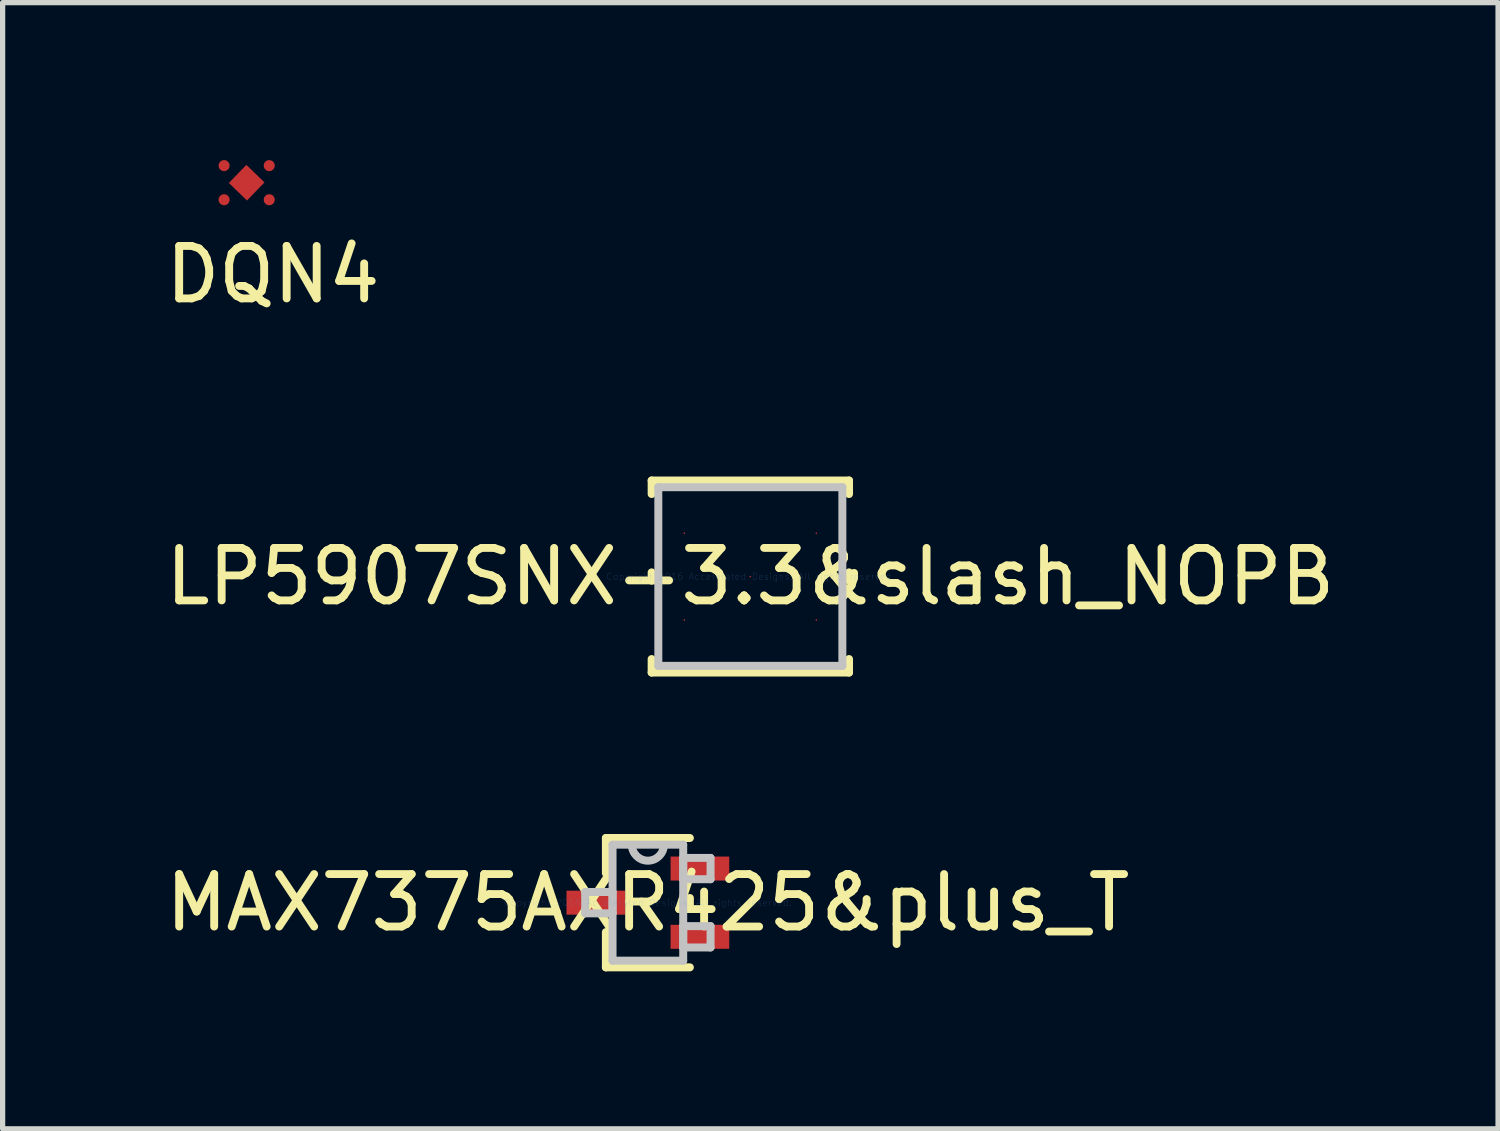
<source format=kicad_pcb>
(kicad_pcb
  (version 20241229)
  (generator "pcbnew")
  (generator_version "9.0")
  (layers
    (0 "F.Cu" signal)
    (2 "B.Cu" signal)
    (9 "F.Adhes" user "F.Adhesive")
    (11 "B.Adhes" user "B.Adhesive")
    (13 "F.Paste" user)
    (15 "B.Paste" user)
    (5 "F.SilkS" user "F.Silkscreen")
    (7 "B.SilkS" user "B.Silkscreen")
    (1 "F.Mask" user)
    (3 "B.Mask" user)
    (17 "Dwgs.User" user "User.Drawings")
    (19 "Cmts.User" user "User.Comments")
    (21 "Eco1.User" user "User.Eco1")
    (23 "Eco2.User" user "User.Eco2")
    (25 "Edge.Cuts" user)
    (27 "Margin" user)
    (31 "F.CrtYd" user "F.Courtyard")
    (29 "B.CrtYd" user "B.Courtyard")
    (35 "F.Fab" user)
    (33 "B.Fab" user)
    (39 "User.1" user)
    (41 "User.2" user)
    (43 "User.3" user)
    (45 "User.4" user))
  (footprint "MAX7375AXR425&plus_T"
    (layer "F.Cu")
    (at 9.292 14.146)
    (property "Reference" "MAX7375AXR425&plus_T" (at 0 0 0) (layer "F.SilkS") (effects (font (size 1 1) (thickness 0.15))))
    (attr through_hole)
    (fp_line (start -0.8 -1.232) (end -0.8 -0.561) (stroke (width 0.152) (type solid)) (layer "F.SilkS"))
    (fp_line (start -0.8 0.561) (end -0.8 1.232) (stroke (width 0.152) (type solid)) (layer "F.SilkS"))
    (fp_line (start -0.8 1.232) (end 0.8 1.232) (stroke (width 0.152) (type solid)) (layer "F.SilkS"))
    (fp_line (start 0.8 -1.232) (end -0.8 -1.232) (stroke (width 0.152) (type solid)) (layer "F.SilkS"))
    (fp_line (start 0.8 0.089) (end 0.8 -0.089) (stroke (width 0.152) (type solid)) (layer "F.SilkS"))
    (fp_line (start -1.194 -0.203) (end -1.194 0.203) (stroke (width 0.152) (type solid)) (layer "Dwgs.User"))
    (fp_line (start -1.194 0.203) (end -0.673 0.203) (stroke (width 0.152) (type solid)) (layer "Dwgs.User"))
    (fp_line (start -0.673 -1.105) (end -0.673 1.105) (stroke (width 0.152) (type solid)) (layer "Dwgs.User"))
    (fp_line (start -0.673 -0.203) (end -1.194 -0.203) (stroke (width 0.152) (type solid)) (layer "Dwgs.User"))
    (fp_line (start -0.673 0.203) (end -0.673 -0.203) (stroke (width 0.152) (type solid)) (layer "Dwgs.User"))
    (fp_line (start -0.673 1.105) (end 0.673 1.105) (stroke (width 0.152) (type solid)) (layer "Dwgs.User"))
    (fp_line (start 0.673 -1.105) (end -0.673 -1.105) (stroke (width 0.152) (type solid)) (layer "Dwgs.User"))
    (fp_line (start 0.673 -0.853) (end 0.673 -0.447) (stroke (width 0.152) (type solid)) (layer "Dwgs.User"))
    (fp_line (start 0.673 -0.447) (end 1.194 -0.447) (stroke (width 0.152) (type solid)) (layer "Dwgs.User"))
    (fp_line (start 0.673 0.447) (end 0.673 0.853) (stroke (width 0.152) (type solid)) (layer "Dwgs.User"))
    (fp_line (start 0.673 0.853) (end 1.194 0.853) (stroke (width 0.152) (type solid)) (layer "Dwgs.User"))
    (fp_line (start 0.673 1.105) (end 0.673 -1.105) (stroke (width 0.152) (type solid)) (layer "Dwgs.User"))
    (fp_line (start 1.194 -0.853) (end 0.673 -0.853) (stroke (width 0.152) (type solid)) (layer "Dwgs.User"))
    (fp_line (start 1.194 -0.447) (end 1.194 -0.853) (stroke (width 0.152) (type solid)) (layer "Dwgs.User"))
    (fp_line (start 1.194 0.447) (end 0.673 0.447) (stroke (width 0.152) (type solid)) (layer "Dwgs.User"))
    (fp_line (start 1.194 0.853) (end 1.194 0.447) (stroke (width 0.152) (type solid)) (layer "Dwgs.User"))
    (fp_arc (start 0.3048 -1.1049) (mid 0 -0.8001) (end -0.3048 -1.1049) (stroke (width 0.1524) (type solid)) (layer "Dwgs.User"))
    (fp_text user "Copyright 2016 Accelerated Designs. All rights reserved." (at 0 0 0) (layer "Cmts.User") (effects (font (size 0.127 0.127) (thickness 0.002))))
    (pad "1" smd rect (at -0.991 0) (size 1.118 0.457) (layers "F.Cu"))
    (pad "2" smd rect (at 0.991 0.65) (size 1.118 0.457) (layers "F.Cu"))
    (pad "3" smd rect (at 0.991 -0.65) (size 1.118 0.457) (layers "F.Cu")))
  (footprint "DQN4"
    (layer "F.Cu")
    (at 1.649 0.43)
    (property "Reference" "DQN4" (at 0.5 1.75 0) (layer "F.SilkS") (effects (font (size 1 1) (thickness 0.15))))
    (attr through_hole)
    (pad "0" smd rect (at 0 0 46) (size 0.48 0.48) (layers "F.Cu" "F.Mask" "F.Paste"))
    (pad "1" smd oval (at -0.43 0.325) (size 0.21 0.21) (layers "F.Cu" "F.Mask" "F.Paste"))
    (pad "2" smd oval (at -0.43 -0.325) (size 0.21 0.21) (layers "F.Cu" "F.Mask" "F.Paste"))
    (pad "3" smd oval (at 0.43 -0.325) (size 0.21 0.21) (layers "F.Cu" "F.Mask" "F.Paste"))
    (pad "4" smd oval (at 0.43 0.325) (size 0.21 0.21) (layers "F.Cu" "F.Mask" "F.Paste")))
  (footprint "LP5907SNX-3.3&slash_NOPB"
    (layer "F.Cu")
    (at 11.244 7.933)
    (property "Reference" "LP5907SNX-3.3&slash_NOPB" (at 0 0 0) (layer "F.SilkS") (effects (font (size 1 1) (thickness 0.15))))
    (attr through_hole)
    (fp_line (start -1.88 -1.829) (end -1.88 -1.572) (stroke (width 0.152) (type solid)) (layer "F.SilkS"))
    (fp_line (start -1.88 -0.079) (end -1.88 0.079) (stroke (width 0.152) (type solid)) (layer "F.SilkS"))
    (fp_line (start -1.88 1.572) (end -1.88 1.829) (stroke (width 0.152) (type solid)) (layer "F.SilkS"))
    (fp_line (start -1.88 1.829) (end 1.88 1.829) (stroke (width 0.152) (type solid)) (layer "F.SilkS"))
    (fp_line (start 1.88 -1.829) (end -1.88 -1.829) (stroke (width 0.152) (type solid)) (layer "F.SilkS"))
    (fp_line (start 1.88 -1.572) (end 1.88 -1.829) (stroke (width 0.152) (type solid)) (layer "F.SilkS"))
    (fp_line (start 1.88 0.079) (end 1.88 -0.079) (stroke (width 0.152) (type solid)) (layer "F.SilkS"))
    (fp_line (start 1.88 1.829) (end 1.88 1.572) (stroke (width 0.152) (type solid)) (layer "F.SilkS"))
    (fp_line (start -1.753 -1.702) (end -1.753 1.702) (stroke (width 0.152) (type solid)) (layer "Dwgs.User"))
    (fp_line (start -1.753 1.702) (end 1.753 1.702) (stroke (width 0.152) (type solid)) (layer "Dwgs.User"))
    (fp_line (start 1.753 -1.702) (end -1.753 -1.702) (stroke (width 0.152) (type solid)) (layer "Dwgs.User"))
    (fp_line (start 1.753 1.702) (end 1.753 -1.702) (stroke (width 0.152) (type solid)) (layer "Dwgs.User"))
    (fp_text user "Copyright 2016 Accelerated Designs. All rights reserved." (at 0 0 0) (layer "Cmts.User") (effects (font (size 0.127 0.127) (thickness 0.002))))
    (pad "" smd rect (at -1.257 -0.826) (size 0.025 0.025) (layers "F.Mask"))
    (pad "" smd rect (at -1.257 0.826) (size 0.025 0.025) (layers "F.Mask"))
    (pad "" smd rect (at 0 0) (size 0.025 0.025) (layers "F.Mask"))
    (pad "" smd rect (at 0 0) (size 0.025 0.025) (layers "F.Paste"))
    (pad "" smd rect (at 1.257 -0.826) (size 0.025 0.025) (layers "F.Mask"))
    (pad "" smd rect (at 1.257 0.826) (size 0.025 0.025) (layers "F.Mask"))
    (pad "1" smd rect (at -1.257 -0.826) (size 0.025 0.025) (layers "F.Cu"))
    (pad "2" smd rect (at -1.257 0.826) (size 0.025 0.025) (layers "F.Cu"))
    (pad "3" smd rect (at 1.257 0.826) (size 0.025 0.025) (layers "F.Cu"))
    (pad "4" smd rect (at 1.257 -0.826) (size 0.025 0.025) (layers "F.Cu"))
    (pad "5" smd rect (at 0 0) (size 0.025 0.025) (layers "F.Cu")))
  (gr_rect
    (start -3 -3)
    (end 25.488 18.454)
    (stroke (width 0.1) (type default))
    (fill no)
    (layer "Edge.Cuts")))
</source>
